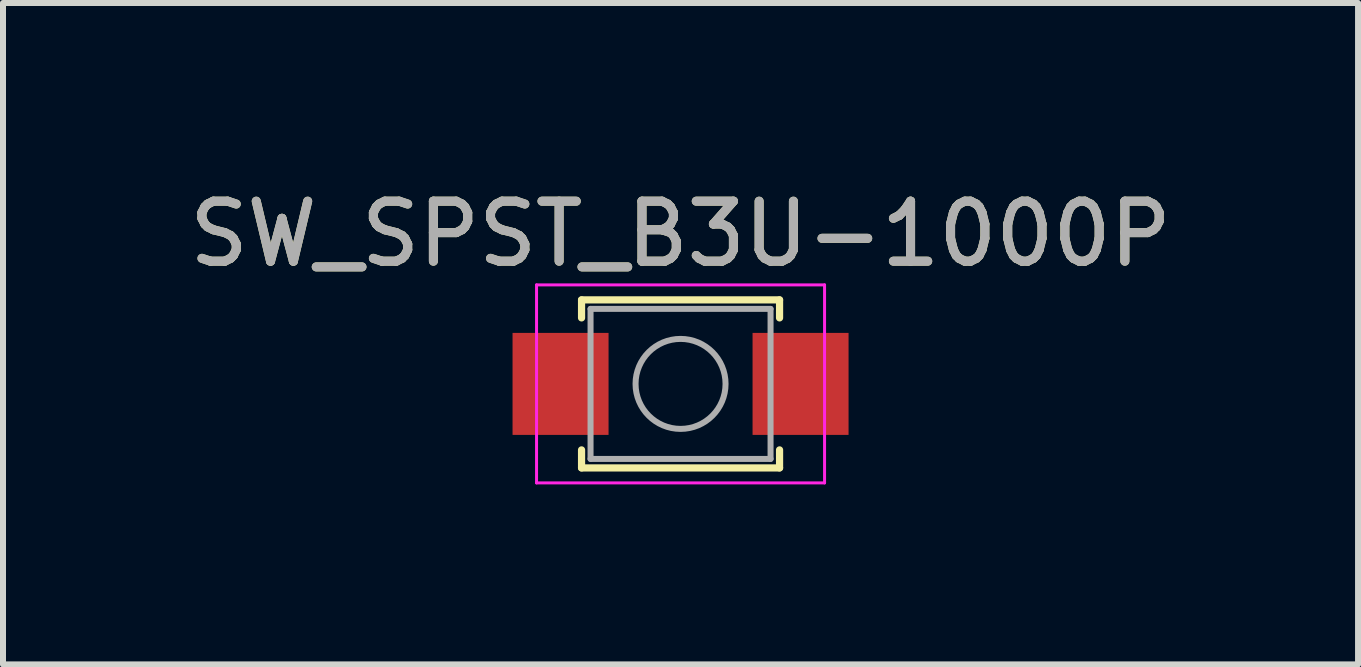
<source format=kicad_pcb>
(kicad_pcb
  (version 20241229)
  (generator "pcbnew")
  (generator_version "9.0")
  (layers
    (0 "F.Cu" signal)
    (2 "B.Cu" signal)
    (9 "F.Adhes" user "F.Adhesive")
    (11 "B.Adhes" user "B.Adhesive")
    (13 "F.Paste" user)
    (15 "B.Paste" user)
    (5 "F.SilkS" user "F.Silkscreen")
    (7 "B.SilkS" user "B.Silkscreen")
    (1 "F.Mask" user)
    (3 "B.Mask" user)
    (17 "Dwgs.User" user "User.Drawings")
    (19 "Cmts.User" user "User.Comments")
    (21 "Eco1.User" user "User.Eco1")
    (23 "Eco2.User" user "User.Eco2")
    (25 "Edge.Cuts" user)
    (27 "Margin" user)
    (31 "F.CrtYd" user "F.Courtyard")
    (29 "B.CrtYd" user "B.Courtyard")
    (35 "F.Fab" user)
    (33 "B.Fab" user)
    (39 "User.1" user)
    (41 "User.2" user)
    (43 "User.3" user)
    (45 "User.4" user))
  (footprint "SW_SPST_B3U-1000P"
    (layer "F.Cu")
    (at 8.292 3.348)
    (property "Reference" "SW_SPST_B3U-1000P" (at 0 -2.5 0) (layer "F.SilkS") (effects (font (size 1 1) (thickness 0.15))))
    (attr smd)
    (fp_line (start -1.65 -1.4) (end 1.65 -1.4) (stroke (width 0.12) (type solid)) (layer "F.SilkS"))
    (fp_line (start -1.65 -1.1) (end -1.65 -1.4) (stroke (width 0.12) (type solid)) (layer "F.SilkS"))
    (fp_line (start -1.65 1.1) (end -1.65 1.4) (stroke (width 0.12) (type solid)) (layer "F.SilkS"))
    (fp_line (start -1.65 1.4) (end 1.65 1.4) (stroke (width 0.12) (type solid)) (layer "F.SilkS"))
    (fp_line (start 1.65 -1.4) (end 1.65 -1.1) (stroke (width 0.12) (type solid)) (layer "F.SilkS"))
    (fp_line (start 1.65 1.4) (end 1.65 1.1) (stroke (width 0.12) (type solid)) (layer "F.SilkS"))
    (fp_line (start -2.4 -1.65) (end -2.4 1.65) (stroke (width 0.05) (type solid)) (layer "F.CrtYd"))
    (fp_line (start -2.4 1.65) (end 2.4 1.65) (stroke (width 0.05) (type solid)) (layer "F.CrtYd"))
    (fp_line (start 2.4 -1.65) (end -2.4 -1.65) (stroke (width 0.05) (type solid)) (layer "F.CrtYd"))
    (fp_line (start 2.4 1.65) (end 2.4 -1.65) (stroke (width 0.05) (type solid)) (layer "F.CrtYd"))
    (fp_line (start -1.5 -1.25) (end 1.5 -1.25) (stroke (width 0.1) (type solid)) (layer "F.Fab"))
    (fp_line (start -1.5 1.25) (end -1.5 -1.25) (stroke (width 0.1) (type solid)) (layer "F.Fab"))
    (fp_line (start 1.5 -1.25) (end 1.5 1.25) (stroke (width 0.1) (type solid)) (layer "F.Fab"))
    (fp_line (start 1.5 1.25) (end -1.5 1.25) (stroke (width 0.1) (type solid)) (layer "F.Fab"))
    (fp_circle (center 0 0) (end 0.75 0) (stroke (width 0.1) (type solid)) (fill no) (layer "F.Fab"))
    (fp_text user "${REFERENCE}" (at 0 -2.5 0) (layer "F.Fab") (effects (font (size 1 1) (thickness 0.15))))
    (pad "1" smd rect (at -2 0) (size 1.6 1.7) (layers "F.Cu" "F.Mask" "F.Paste"))
    (pad "2" smd rect (at 2 0) (size 1.6 1.7) (layers "F.Cu" "F.Mask" "F.Paste")))
  (gr_rect
    (start -3 -3)
    (end 19.583 8.023)
    (stroke (width 0.1) (type default))
    (fill no)
    (layer "Edge.Cuts")))
</source>
